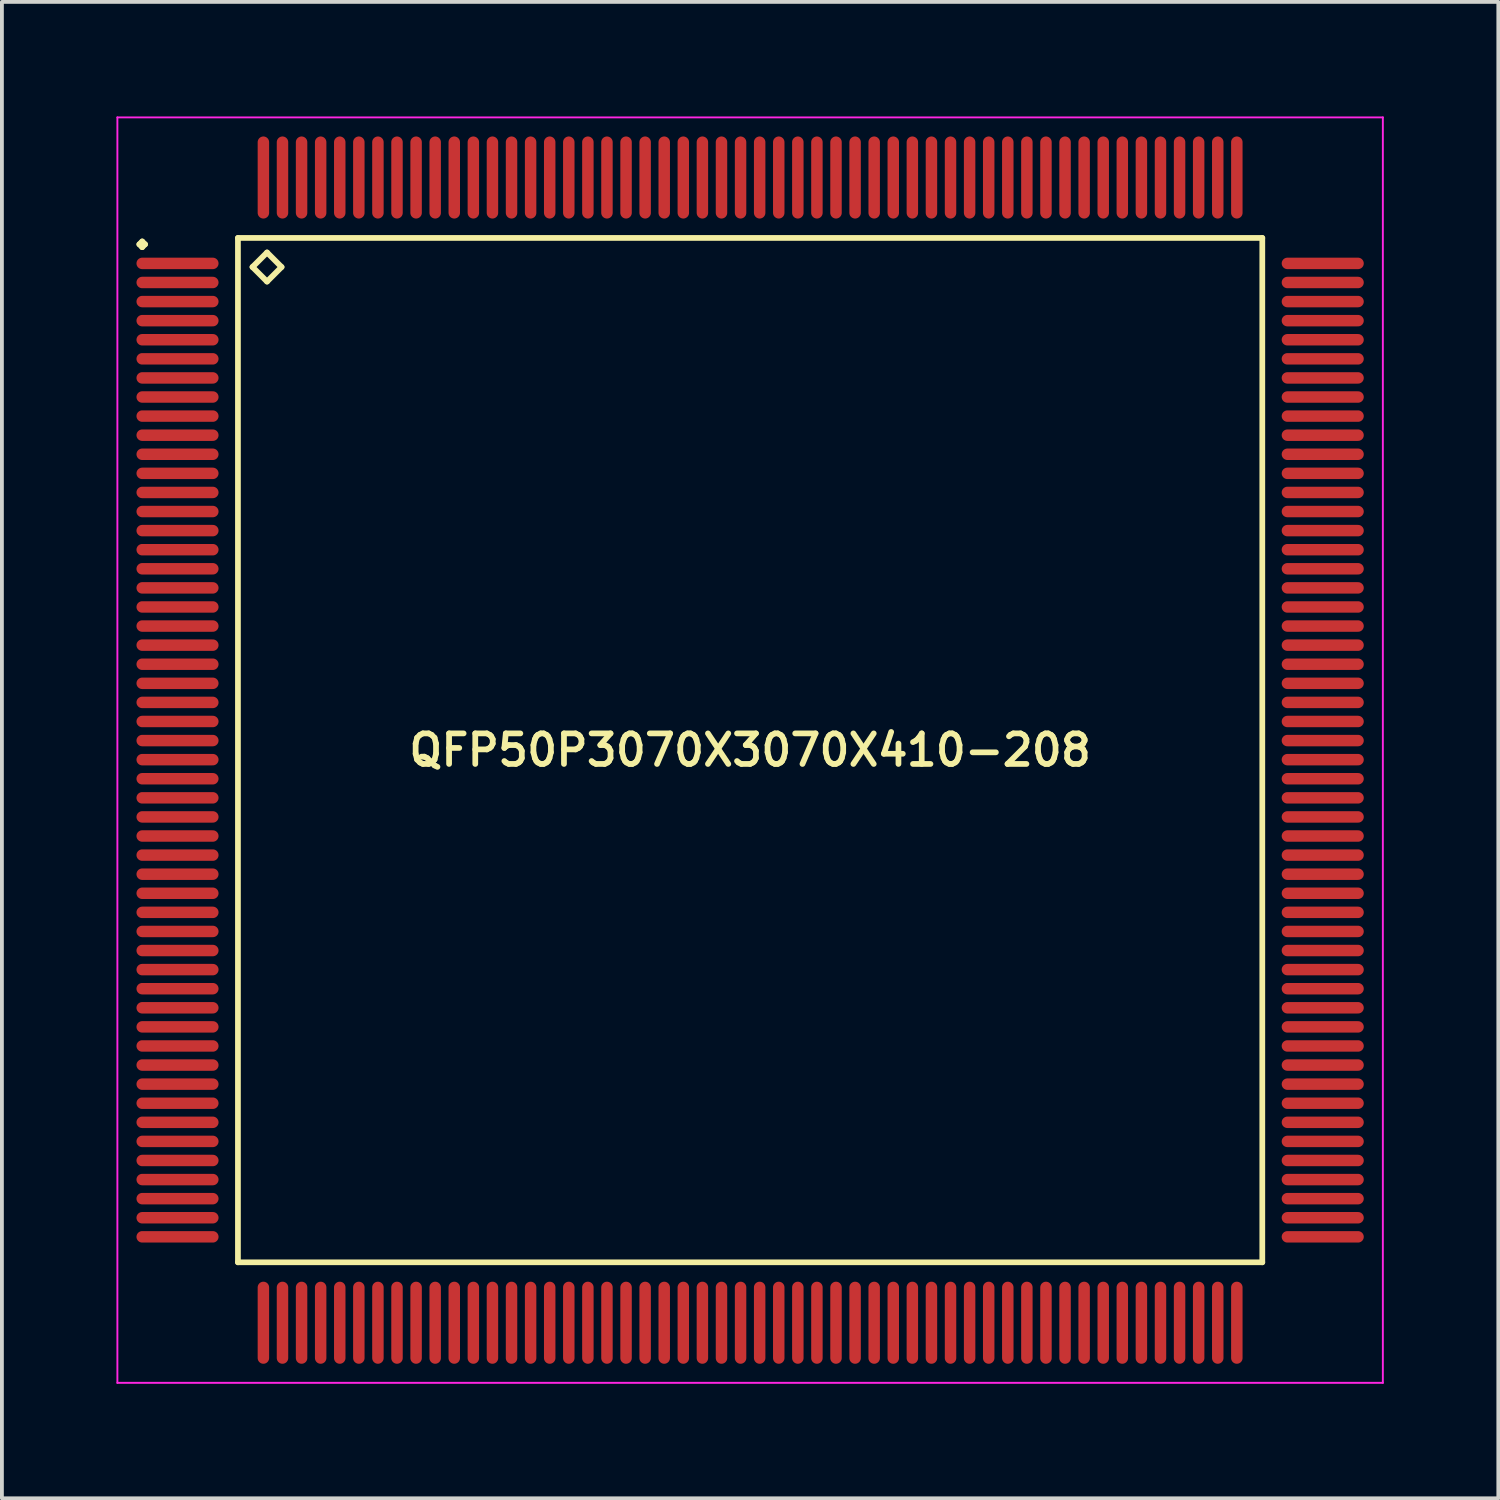
<source format=kicad_pcb>
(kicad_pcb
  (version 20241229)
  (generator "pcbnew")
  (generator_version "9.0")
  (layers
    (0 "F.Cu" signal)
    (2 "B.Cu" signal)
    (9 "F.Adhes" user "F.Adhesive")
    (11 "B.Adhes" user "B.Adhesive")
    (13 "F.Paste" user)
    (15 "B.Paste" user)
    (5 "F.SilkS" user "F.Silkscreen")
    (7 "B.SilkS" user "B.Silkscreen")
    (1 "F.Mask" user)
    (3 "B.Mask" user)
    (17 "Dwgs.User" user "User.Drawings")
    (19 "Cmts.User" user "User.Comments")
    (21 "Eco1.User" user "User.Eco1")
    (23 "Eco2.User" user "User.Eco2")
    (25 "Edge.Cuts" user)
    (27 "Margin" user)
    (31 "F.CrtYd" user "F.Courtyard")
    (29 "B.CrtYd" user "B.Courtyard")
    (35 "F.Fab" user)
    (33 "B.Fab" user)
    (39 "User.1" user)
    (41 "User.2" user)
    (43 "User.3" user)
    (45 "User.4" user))
  (footprint "QFP50P3070X3070X410-208"
    (layer "F.Cu")
    (at 16.6 16.6)
    (property "Reference" "QFP50P3070X3070X410-208" (at 0 0 0) (layer "F.SilkS") (effects (font (size 0.8 0.8) (thickness 0.15))))
    (attr smd)
    (fp_line (start -16 -13.25) (end -15.925 -13.325) (stroke (width 0.15) (type solid)) (layer "F.SilkS"))
    (fp_line (start -15.925 -13.325) (end -15.85 -13.25) (stroke (width 0.15) (type solid)) (layer "F.SilkS"))
    (fp_line (start -15.925 -13.175) (end -16 -13.25) (stroke (width 0.15) (type solid)) (layer "F.SilkS"))
    (fp_line (start -15.85 -13.25) (end -15.925 -13.175) (stroke (width 0.15) (type solid)) (layer "F.SilkS"))
    (fp_line (start -13.417 -13.417) (end -13.417 13.417) (stroke (width 0.15) (type solid)) (layer "F.SilkS"))
    (fp_line (start -13.417 13.417) (end 13.417 13.417) (stroke (width 0.15) (type solid)) (layer "F.SilkS"))
    (fp_line (start -13.036 -12.655) (end -12.655 -13.036) (stroke (width 0.15) (type solid)) (layer "F.SilkS"))
    (fp_line (start -12.655 -13.036) (end -12.274 -12.655) (stroke (width 0.15) (type solid)) (layer "F.SilkS"))
    (fp_line (start -12.655 -12.274) (end -13.036 -12.655) (stroke (width 0.15) (type solid)) (layer "F.SilkS"))
    (fp_line (start -12.274 -12.655) (end -12.655 -12.274) (stroke (width 0.15) (type solid)) (layer "F.SilkS"))
    (fp_line (start 13.417 -13.417) (end -13.417 -13.417) (stroke (width 0.15) (type solid)) (layer "F.SilkS"))
    (fp_line (start 13.417 13.417) (end 13.417 -13.417) (stroke (width 0.15) (type solid)) (layer "F.SilkS"))
    (fp_line (start -16.575 -16.575) (end 16.575 -16.575) (stroke (width 0.05) (type solid)) (layer "F.CrtYd"))
    (fp_line (start -16.575 16.575) (end -16.575 -16.575) (stroke (width 0.05) (type solid)) (layer "F.CrtYd"))
    (fp_line (start 16.575 -16.575) (end 16.575 16.575) (stroke (width 0.05) (type solid)) (layer "F.CrtYd"))
    (fp_line (start 16.575 16.575) (end -16.575 16.575) (stroke (width 0.05) (type solid)) (layer "F.CrtYd"))
    (pad "1" smd oval (at -15 -12.75) (size 2.15 0.3) (layers "F.Cu" "F.Mask" "F.Paste"))
    (pad "2" smd oval (at -15 -12.25) (size 2.15 0.3) (layers "F.Cu" "F.Mask" "F.Paste"))
    (pad "3" smd oval (at -15 -11.75) (size 2.15 0.3) (layers "F.Cu" "F.Mask" "F.Paste"))
    (pad "4" smd oval (at -15 -11.25) (size 2.15 0.3) (layers "F.Cu" "F.Mask" "F.Paste"))
    (pad "5" smd oval (at -15 -10.75) (size 2.15 0.3) (layers "F.Cu" "F.Mask" "F.Paste"))
    (pad "6" smd oval (at -15 -10.25) (size 2.15 0.3) (layers "F.Cu" "F.Mask" "F.Paste"))
    (pad "7" smd oval (at -15 -9.75) (size 2.15 0.3) (layers "F.Cu" "F.Mask" "F.Paste"))
    (pad "8" smd oval (at -15 -9.25) (size 2.15 0.3) (layers "F.Cu" "F.Mask" "F.Paste"))
    (pad "9" smd oval (at -15 -8.75) (size 2.15 0.3) (layers "F.Cu" "F.Mask" "F.Paste"))
    (pad "10" smd oval (at -15 -8.25) (size 2.15 0.3) (layers "F.Cu" "F.Mask" "F.Paste"))
    (pad "11" smd oval (at -15 -7.75) (size 2.15 0.3) (layers "F.Cu" "F.Mask" "F.Paste"))
    (pad "12" smd oval (at -15 -7.25) (size 2.15 0.3) (layers "F.Cu" "F.Mask" "F.Paste"))
    (pad "13" smd oval (at -15 -6.75) (size 2.15 0.3) (layers "F.Cu" "F.Mask" "F.Paste"))
    (pad "14" smd oval (at -15 -6.25) (size 2.15 0.3) (layers "F.Cu" "F.Mask" "F.Paste"))
    (pad "15" smd oval (at -15 -5.75) (size 2.15 0.3) (layers "F.Cu" "F.Mask" "F.Paste"))
    (pad "16" smd oval (at -15 -5.25) (size 2.15 0.3) (layers "F.Cu" "F.Mask" "F.Paste"))
    (pad "17" smd oval (at -15 -4.75) (size 2.15 0.3) (layers "F.Cu" "F.Mask" "F.Paste"))
    (pad "18" smd oval (at -15 -4.25) (size 2.15 0.3) (layers "F.Cu" "F.Mask" "F.Paste"))
    (pad "19" smd oval (at -15 -3.75) (size 2.15 0.3) (layers "F.Cu" "F.Mask" "F.Paste"))
    (pad "20" smd oval (at -15 -3.25) (size 2.15 0.3) (layers "F.Cu" "F.Mask" "F.Paste"))
    (pad "21" smd oval (at -15 -2.75) (size 2.15 0.3) (layers "F.Cu" "F.Mask" "F.Paste"))
    (pad "22" smd oval (at -15 -2.25) (size 2.15 0.3) (layers "F.Cu" "F.Mask" "F.Paste"))
    (pad "23" smd oval (at -15 -1.75) (size 2.15 0.3) (layers "F.Cu" "F.Mask" "F.Paste"))
    (pad "24" smd oval (at -15 -1.25) (size 2.15 0.3) (layers "F.Cu" "F.Mask" "F.Paste"))
    (pad "25" smd oval (at -15 -0.75) (size 2.15 0.3) (layers "F.Cu" "F.Mask" "F.Paste"))
    (pad "26" smd oval (at -15 -0.25) (size 2.15 0.3) (layers "F.Cu" "F.Mask" "F.Paste"))
    (pad "27" smd oval (at -15 0.25) (size 2.15 0.3) (layers "F.Cu" "F.Mask" "F.Paste"))
    (pad "28" smd oval (at -15 0.75) (size 2.15 0.3) (layers "F.Cu" "F.Mask" "F.Paste"))
    (pad "29" smd oval (at -15 1.25) (size 2.15 0.3) (layers "F.Cu" "F.Mask" "F.Paste"))
    (pad "30" smd oval (at -15 1.75) (size 2.15 0.3) (layers "F.Cu" "F.Mask" "F.Paste"))
    (pad "31" smd oval (at -15 2.25) (size 2.15 0.3) (layers "F.Cu" "F.Mask" "F.Paste"))
    (pad "32" smd oval (at -15 2.75) (size 2.15 0.3) (layers "F.Cu" "F.Mask" "F.Paste"))
    (pad "33" smd oval (at -15 3.25) (size 2.15 0.3) (layers "F.Cu" "F.Mask" "F.Paste"))
    (pad "34" smd oval (at -15 3.75) (size 2.15 0.3) (layers "F.Cu" "F.Mask" "F.Paste"))
    (pad "35" smd oval (at -15 4.25) (size 2.15 0.3) (layers "F.Cu" "F.Mask" "F.Paste"))
    (pad "36" smd oval (at -15 4.75) (size 2.15 0.3) (layers "F.Cu" "F.Mask" "F.Paste"))
    (pad "37" smd oval (at -15 5.25) (size 2.15 0.3) (layers "F.Cu" "F.Mask" "F.Paste"))
    (pad "38" smd oval (at -15 5.75) (size 2.15 0.3) (layers "F.Cu" "F.Mask" "F.Paste"))
    (pad "39" smd oval (at -15 6.25) (size 2.15 0.3) (layers "F.Cu" "F.Mask" "F.Paste"))
    (pad "40" smd oval (at -15 6.75) (size 2.15 0.3) (layers "F.Cu" "F.Mask" "F.Paste"))
    (pad "41" smd oval (at -15 7.25) (size 2.15 0.3) (layers "F.Cu" "F.Mask" "F.Paste"))
    (pad "42" smd oval (at -15 7.75) (size 2.15 0.3) (layers "F.Cu" "F.Mask" "F.Paste"))
    (pad "43" smd oval (at -15 8.25) (size 2.15 0.3) (layers "F.Cu" "F.Mask" "F.Paste"))
    (pad "44" smd oval (at -15 8.75) (size 2.15 0.3) (layers "F.Cu" "F.Mask" "F.Paste"))
    (pad "45" smd oval (at -15 9.25) (size 2.15 0.3) (layers "F.Cu" "F.Mask" "F.Paste"))
    (pad "46" smd oval (at -15 9.75) (size 2.15 0.3) (layers "F.Cu" "F.Mask" "F.Paste"))
    (pad "47" smd oval (at -15 10.25) (size 2.15 0.3) (layers "F.Cu" "F.Mask" "F.Paste"))
    (pad "48" smd oval (at -15 10.75) (size 2.15 0.3) (layers "F.Cu" "F.Mask" "F.Paste"))
    (pad "49" smd oval (at -15 11.25) (size 2.15 0.3) (layers "F.Cu" "F.Mask" "F.Paste"))
    (pad "50" smd oval (at -15 11.75) (size 2.15 0.3) (layers "F.Cu" "F.Mask" "F.Paste"))
    (pad "51" smd oval (at -15 12.25) (size 2.15 0.3) (layers "F.Cu" "F.Mask" "F.Paste"))
    (pad "52" smd oval (at -15 12.75) (size 2.15 0.3) (layers "F.Cu" "F.Mask" "F.Paste"))
    (pad "53" smd oval (at -12.75 15) (size 0.3 2.15) (layers "F.Cu" "F.Mask" "F.Paste"))
    (pad "54" smd oval (at -12.25 15) (size 0.3 2.15) (layers "F.Cu" "F.Mask" "F.Paste"))
    (pad "55" smd oval (at -11.75 15) (size 0.3 2.15) (layers "F.Cu" "F.Mask" "F.Paste"))
    (pad "56" smd oval (at -11.25 15) (size 0.3 2.15) (layers "F.Cu" "F.Mask" "F.Paste"))
    (pad "57" smd oval (at -10.75 15) (size 0.3 2.15) (layers "F.Cu" "F.Mask" "F.Paste"))
    (pad "58" smd oval (at -10.25 15) (size 0.3 2.15) (layers "F.Cu" "F.Mask" "F.Paste"))
    (pad "59" smd oval (at -9.75 15) (size 0.3 2.15) (layers "F.Cu" "F.Mask" "F.Paste"))
    (pad "60" smd oval (at -9.25 15) (size 0.3 2.15) (layers "F.Cu" "F.Mask" "F.Paste"))
    (pad "61" smd oval (at -8.75 15) (size 0.3 2.15) (layers "F.Cu" "F.Mask" "F.Paste"))
    (pad "62" smd oval (at -8.25 15) (size 0.3 2.15) (layers "F.Cu" "F.Mask" "F.Paste"))
    (pad "63" smd oval (at -7.75 15) (size 0.3 2.15) (layers "F.Cu" "F.Mask" "F.Paste"))
    (pad "64" smd oval (at -7.25 15) (size 0.3 2.15) (layers "F.Cu" "F.Mask" "F.Paste"))
    (pad "65" smd oval (at -6.75 15) (size 0.3 2.15) (layers "F.Cu" "F.Mask" "F.Paste"))
    (pad "66" smd oval (at -6.25 15) (size 0.3 2.15) (layers "F.Cu" "F.Mask" "F.Paste"))
    (pad "67" smd oval (at -5.75 15) (size 0.3 2.15) (layers "F.Cu" "F.Mask" "F.Paste"))
    (pad "68" smd oval (at -5.25 15) (size 0.3 2.15) (layers "F.Cu" "F.Mask" "F.Paste"))
    (pad "69" smd oval (at -4.75 15) (size 0.3 2.15) (layers "F.Cu" "F.Mask" "F.Paste"))
    (pad "70" smd oval (at -4.25 15) (size 0.3 2.15) (layers "F.Cu" "F.Mask" "F.Paste"))
    (pad "71" smd oval (at -3.75 15) (size 0.3 2.15) (layers "F.Cu" "F.Mask" "F.Paste"))
    (pad "72" smd oval (at -3.25 15) (size 0.3 2.15) (layers "F.Cu" "F.Mask" "F.Paste"))
    (pad "73" smd oval (at -2.75 15) (size 0.3 2.15) (layers "F.Cu" "F.Mask" "F.Paste"))
    (pad "74" smd oval (at -2.25 15) (size 0.3 2.15) (layers "F.Cu" "F.Mask" "F.Paste"))
    (pad "75" smd oval (at -1.75 15) (size 0.3 2.15) (layers "F.Cu" "F.Mask" "F.Paste"))
    (pad "76" smd oval (at -1.25 15) (size 0.3 2.15) (layers "F.Cu" "F.Mask" "F.Paste"))
    (pad "77" smd oval (at -0.75 15) (size 0.3 2.15) (layers "F.Cu" "F.Mask" "F.Paste"))
    (pad "78" smd oval (at -0.25 15) (size 0.3 2.15) (layers "F.Cu" "F.Mask" "F.Paste"))
    (pad "79" smd oval (at 0.25 15) (size 0.3 2.15) (layers "F.Cu" "F.Mask" "F.Paste"))
    (pad "80" smd oval (at 0.75 15) (size 0.3 2.15) (layers "F.Cu" "F.Mask" "F.Paste"))
    (pad "81" smd oval (at 1.25 15) (size 0.3 2.15) (layers "F.Cu" "F.Mask" "F.Paste"))
    (pad "82" smd oval (at 1.75 15) (size 0.3 2.15) (layers "F.Cu" "F.Mask" "F.Paste"))
    (pad "83" smd oval (at 2.25 15) (size 0.3 2.15) (layers "F.Cu" "F.Mask" "F.Paste"))
    (pad "84" smd oval (at 2.75 15) (size 0.3 2.15) (layers "F.Cu" "F.Mask" "F.Paste"))
    (pad "85" smd oval (at 3.25 15) (size 0.3 2.15) (layers "F.Cu" "F.Mask" "F.Paste"))
    (pad "86" smd oval (at 3.75 15) (size 0.3 2.15) (layers "F.Cu" "F.Mask" "F.Paste"))
    (pad "87" smd oval (at 4.25 15) (size 0.3 2.15) (layers "F.Cu" "F.Mask" "F.Paste"))
    (pad "88" smd oval (at 4.75 15) (size 0.3 2.15) (layers "F.Cu" "F.Mask" "F.Paste"))
    (pad "89" smd oval (at 5.25 15) (size 0.3 2.15) (layers "F.Cu" "F.Mask" "F.Paste"))
    (pad "90" smd oval (at 5.75 15) (size 0.3 2.15) (layers "F.Cu" "F.Mask" "F.Paste"))
    (pad "91" smd oval (at 6.25 15) (size 0.3 2.15) (layers "F.Cu" "F.Mask" "F.Paste"))
    (pad "92" smd oval (at 6.75 15) (size 0.3 2.15) (layers "F.Cu" "F.Mask" "F.Paste"))
    (pad "93" smd oval (at 7.25 15) (size 0.3 2.15) (layers "F.Cu" "F.Mask" "F.Paste"))
    (pad "94" smd oval (at 7.75 15) (size 0.3 2.15) (layers "F.Cu" "F.Mask" "F.Paste"))
    (pad "95" smd oval (at 8.25 15) (size 0.3 2.15) (layers "F.Cu" "F.Mask" "F.Paste"))
    (pad "96" smd oval (at 8.75 15) (size 0.3 2.15) (layers "F.Cu" "F.Mask" "F.Paste"))
    (pad "97" smd oval (at 9.25 15) (size 0.3 2.15) (layers "F.Cu" "F.Mask" "F.Paste"))
    (pad "98" smd oval (at 9.75 15) (size 0.3 2.15) (layers "F.Cu" "F.Mask" "F.Paste"))
    (pad "99" smd oval (at 10.25 15) (size 0.3 2.15) (layers "F.Cu" "F.Mask" "F.Paste"))
    (pad "100" smd oval (at 10.75 15) (size 0.3 2.15) (layers "F.Cu" "F.Mask" "F.Paste"))
    (pad "101" smd oval (at 11.25 15) (size 0.3 2.15) (layers "F.Cu" "F.Mask" "F.Paste"))
    (pad "102" smd oval (at 11.75 15) (size 0.3 2.15) (layers "F.Cu" "F.Mask" "F.Paste"))
    (pad "103" smd oval (at 12.25 15) (size 0.3 2.15) (layers "F.Cu" "F.Mask" "F.Paste"))
    (pad "104" smd oval (at 12.75 15) (size 0.3 2.15) (layers "F.Cu" "F.Mask" "F.Paste"))
    (pad "105" smd oval (at 15 12.75) (size 2.15 0.3) (layers "F.Cu" "F.Mask" "F.Paste"))
    (pad "106" smd oval (at 15 12.25) (size 2.15 0.3) (layers "F.Cu" "F.Mask" "F.Paste"))
    (pad "107" smd oval (at 15 11.75) (size 2.15 0.3) (layers "F.Cu" "F.Mask" "F.Paste"))
    (pad "108" smd oval (at 15 11.25) (size 2.15 0.3) (layers "F.Cu" "F.Mask" "F.Paste"))
    (pad "109" smd oval (at 15 10.75) (size 2.15 0.3) (layers "F.Cu" "F.Mask" "F.Paste"))
    (pad "110" smd oval (at 15 10.25) (size 2.15 0.3) (layers "F.Cu" "F.Mask" "F.Paste"))
    (pad "111" smd oval (at 15 9.75) (size 2.15 0.3) (layers "F.Cu" "F.Mask" "F.Paste"))
    (pad "112" smd oval (at 15 9.25) (size 2.15 0.3) (layers "F.Cu" "F.Mask" "F.Paste"))
    (pad "113" smd oval (at 15 8.75) (size 2.15 0.3) (layers "F.Cu" "F.Mask" "F.Paste"))
    (pad "114" smd oval (at 15 8.25) (size 2.15 0.3) (layers "F.Cu" "F.Mask" "F.Paste"))
    (pad "115" smd oval (at 15 7.75) (size 2.15 0.3) (layers "F.Cu" "F.Mask" "F.Paste"))
    (pad "116" smd oval (at 15 7.25) (size 2.15 0.3) (layers "F.Cu" "F.Mask" "F.Paste"))
    (pad "117" smd oval (at 15 6.75) (size 2.15 0.3) (layers "F.Cu" "F.Mask" "F.Paste"))
    (pad "118" smd oval (at 15 6.25) (size 2.15 0.3) (layers "F.Cu" "F.Mask" "F.Paste"))
    (pad "119" smd oval (at 15 5.75) (size 2.15 0.3) (layers "F.Cu" "F.Mask" "F.Paste"))
    (pad "120" smd oval (at 15 5.25) (size 2.15 0.3) (layers "F.Cu" "F.Mask" "F.Paste"))
    (pad "121" smd oval (at 15 4.75) (size 2.15 0.3) (layers "F.Cu" "F.Mask" "F.Paste"))
    (pad "122" smd oval (at 15 4.25) (size 2.15 0.3) (layers "F.Cu" "F.Mask" "F.Paste"))
    (pad "123" smd oval (at 15 3.75) (size 2.15 0.3) (layers "F.Cu" "F.Mask" "F.Paste"))
    (pad "124" smd oval (at 15 3.25) (size 2.15 0.3) (layers "F.Cu" "F.Mask" "F.Paste"))
    (pad "125" smd oval (at 15 2.75) (size 2.15 0.3) (layers "F.Cu" "F.Mask" "F.Paste"))
    (pad "126" smd oval (at 15 2.25) (size 2.15 0.3) (layers "F.Cu" "F.Mask" "F.Paste"))
    (pad "127" smd oval (at 15 1.75) (size 2.15 0.3) (layers "F.Cu" "F.Mask" "F.Paste"))
    (pad "128" smd oval (at 15 1.25) (size 2.15 0.3) (layers "F.Cu" "F.Mask" "F.Paste"))
    (pad "129" smd oval (at 15 0.75) (size 2.15 0.3) (layers "F.Cu" "F.Mask" "F.Paste"))
    (pad "130" smd oval (at 15 0.25) (size 2.15 0.3) (layers "F.Cu" "F.Mask" "F.Paste"))
    (pad "131" smd oval (at 15 -0.25) (size 2.15 0.3) (layers "F.Cu" "F.Mask" "F.Paste"))
    (pad "132" smd oval (at 15 -0.75) (size 2.15 0.3) (layers "F.Cu" "F.Mask" "F.Paste"))
    (pad "133" smd oval (at 15 -1.25) (size 2.15 0.3) (layers "F.Cu" "F.Mask" "F.Paste"))
    (pad "134" smd oval (at 15 -1.75) (size 2.15 0.3) (layers "F.Cu" "F.Mask" "F.Paste"))
    (pad "135" smd oval (at 15 -2.25) (size 2.15 0.3) (layers "F.Cu" "F.Mask" "F.Paste"))
    (pad "136" smd oval (at 15 -2.75) (size 2.15 0.3) (layers "F.Cu" "F.Mask" "F.Paste"))
    (pad "137" smd oval (at 15 -3.25) (size 2.15 0.3) (layers "F.Cu" "F.Mask" "F.Paste"))
    (pad "138" smd oval (at 15 -3.75) (size 2.15 0.3) (layers "F.Cu" "F.Mask" "F.Paste"))
    (pad "139" smd oval (at 15 -4.25) (size 2.15 0.3) (layers "F.Cu" "F.Mask" "F.Paste"))
    (pad "140" smd oval (at 15 -4.75) (size 2.15 0.3) (layers "F.Cu" "F.Mask" "F.Paste"))
    (pad "141" smd oval (at 15 -5.25) (size 2.15 0.3) (layers "F.Cu" "F.Mask" "F.Paste"))
    (pad "142" smd oval (at 15 -5.75) (size 2.15 0.3) (layers "F.Cu" "F.Mask" "F.Paste"))
    (pad "143" smd oval (at 15 -6.25) (size 2.15 0.3) (layers "F.Cu" "F.Mask" "F.Paste"))
    (pad "144" smd oval (at 15 -6.75) (size 2.15 0.3) (layers "F.Cu" "F.Mask" "F.Paste"))
    (pad "145" smd oval (at 15 -7.25) (size 2.15 0.3) (layers "F.Cu" "F.Mask" "F.Paste"))
    (pad "146" smd oval (at 15 -7.75) (size 2.15 0.3) (layers "F.Cu" "F.Mask" "F.Paste"))
    (pad "147" smd oval (at 15 -8.25) (size 2.15 0.3) (layers "F.Cu" "F.Mask" "F.Paste"))
    (pad "148" smd oval (at 15 -8.75) (size 2.15 0.3) (layers "F.Cu" "F.Mask" "F.Paste"))
    (pad "149" smd oval (at 15 -9.25) (size 2.15 0.3) (layers "F.Cu" "F.Mask" "F.Paste"))
    (pad "150" smd oval (at 15 -9.75) (size 2.15 0.3) (layers "F.Cu" "F.Mask" "F.Paste"))
    (pad "151" smd oval (at 15 -10.25) (size 2.15 0.3) (layers "F.Cu" "F.Mask" "F.Paste"))
    (pad "152" smd oval (at 15 -10.75) (size 2.15 0.3) (layers "F.Cu" "F.Mask" "F.Paste"))
    (pad "153" smd oval (at 15 -11.25) (size 2.15 0.3) (layers "F.Cu" "F.Mask" "F.Paste"))
    (pad "154" smd oval (at 15 -11.75) (size 2.15 0.3) (layers "F.Cu" "F.Mask" "F.Paste"))
    (pad "155" smd oval (at 15 -12.25) (size 2.15 0.3) (layers "F.Cu" "F.Mask" "F.Paste"))
    (pad "156" smd oval (at 15 -12.75) (size 2.15 0.3) (layers "F.Cu" "F.Mask" "F.Paste"))
    (pad "157" smd oval (at 12.75 -15) (size 0.3 2.15) (layers "F.Cu" "F.Mask" "F.Paste"))
    (pad "158" smd oval (at 12.25 -15) (size 0.3 2.15) (layers "F.Cu" "F.Mask" "F.Paste"))
    (pad "159" smd oval (at 11.75 -15) (size 0.3 2.15) (layers "F.Cu" "F.Mask" "F.Paste"))
    (pad "160" smd oval (at 11.25 -15) (size 0.3 2.15) (layers "F.Cu" "F.Mask" "F.Paste"))
    (pad "161" smd oval (at 10.75 -15) (size 0.3 2.15) (layers "F.Cu" "F.Mask" "F.Paste"))
    (pad "162" smd oval (at 10.25 -15) (size 0.3 2.15) (layers "F.Cu" "F.Mask" "F.Paste"))
    (pad "163" smd oval (at 9.75 -15) (size 0.3 2.15) (layers "F.Cu" "F.Mask" "F.Paste"))
    (pad "164" smd oval (at 9.25 -15) (size 0.3 2.15) (layers "F.Cu" "F.Mask" "F.Paste"))
    (pad "165" smd oval (at 8.75 -15) (size 0.3 2.15) (layers "F.Cu" "F.Mask" "F.Paste"))
    (pad "166" smd oval (at 8.25 -15) (size 0.3 2.15) (layers "F.Cu" "F.Mask" "F.Paste"))
    (pad "167" smd oval (at 7.75 -15) (size 0.3 2.15) (layers "F.Cu" "F.Mask" "F.Paste"))
    (pad "168" smd oval (at 7.25 -15) (size 0.3 2.15) (layers "F.Cu" "F.Mask" "F.Paste"))
    (pad "169" smd oval (at 6.75 -15) (size 0.3 2.15) (layers "F.Cu" "F.Mask" "F.Paste"))
    (pad "170" smd oval (at 6.25 -15) (size 0.3 2.15) (layers "F.Cu" "F.Mask" "F.Paste"))
    (pad "171" smd oval (at 5.75 -15) (size 0.3 2.15) (layers "F.Cu" "F.Mask" "F.Paste"))
    (pad "172" smd oval (at 5.25 -15) (size 0.3 2.15) (layers "F.Cu" "F.Mask" "F.Paste"))
    (pad "173" smd oval (at 4.75 -15) (size 0.3 2.15) (layers "F.Cu" "F.Mask" "F.Paste"))
    (pad "174" smd oval (at 4.25 -15) (size 0.3 2.15) (layers "F.Cu" "F.Mask" "F.Paste"))
    (pad "175" smd oval (at 3.75 -15) (size 0.3 2.15) (layers "F.Cu" "F.Mask" "F.Paste"))
    (pad "176" smd oval (at 3.25 -15) (size 0.3 2.15) (layers "F.Cu" "F.Mask" "F.Paste"))
    (pad "177" smd oval (at 2.75 -15) (size 0.3 2.15) (layers "F.Cu" "F.Mask" "F.Paste"))
    (pad "178" smd oval (at 2.25 -15) (size 0.3 2.15) (layers "F.Cu" "F.Mask" "F.Paste"))
    (pad "179" smd oval (at 1.75 -15) (size 0.3 2.15) (layers "F.Cu" "F.Mask" "F.Paste"))
    (pad "180" smd oval (at 1.25 -15) (size 0.3 2.15) (layers "F.Cu" "F.Mask" "F.Paste"))
    (pad "181" smd oval (at 0.75 -15) (size 0.3 2.15) (layers "F.Cu" "F.Mask" "F.Paste"))
    (pad "182" smd oval (at 0.25 -15) (size 0.3 2.15) (layers "F.Cu" "F.Mask" "F.Paste"))
    (pad "183" smd oval (at -0.25 -15) (size 0.3 2.15) (layers "F.Cu" "F.Mask" "F.Paste"))
    (pad "184" smd oval (at -0.75 -15) (size 0.3 2.15) (layers "F.Cu" "F.Mask" "F.Paste"))
    (pad "185" smd oval (at -1.25 -15) (size 0.3 2.15) (layers "F.Cu" "F.Mask" "F.Paste"))
    (pad "186" smd oval (at -1.75 -15) (size 0.3 2.15) (layers "F.Cu" "F.Mask" "F.Paste"))
    (pad "187" smd oval (at -2.25 -15) (size 0.3 2.15) (layers "F.Cu" "F.Mask" "F.Paste"))
    (pad "188" smd oval (at -2.75 -15) (size 0.3 2.15) (layers "F.Cu" "F.Mask" "F.Paste"))
    (pad "189" smd oval (at -3.25 -15) (size 0.3 2.15) (layers "F.Cu" "F.Mask" "F.Paste"))
    (pad "190" smd oval (at -3.75 -15) (size 0.3 2.15) (layers "F.Cu" "F.Mask" "F.Paste"))
    (pad "191" smd oval (at -4.25 -15) (size 0.3 2.15) (layers "F.Cu" "F.Mask" "F.Paste"))
    (pad "192" smd oval (at -4.75 -15) (size 0.3 2.15) (layers "F.Cu" "F.Mask" "F.Paste"))
    (pad "193" smd oval (at -5.25 -15) (size 0.3 2.15) (layers "F.Cu" "F.Mask" "F.Paste"))
    (pad "194" smd oval (at -5.75 -15) (size 0.3 2.15) (layers "F.Cu" "F.Mask" "F.Paste"))
    (pad "195" smd oval (at -6.25 -15) (size 0.3 2.15) (layers "F.Cu" "F.Mask" "F.Paste"))
    (pad "196" smd oval (at -6.75 -15) (size 0.3 2.15) (layers "F.Cu" "F.Mask" "F.Paste"))
    (pad "197" smd oval (at -7.25 -15) (size 0.3 2.15) (layers "F.Cu" "F.Mask" "F.Paste"))
    (pad "198" smd oval (at -7.75 -15) (size 0.3 2.15) (layers "F.Cu" "F.Mask" "F.Paste"))
    (pad "199" smd oval (at -8.25 -15) (size 0.3 2.15) (layers "F.Cu" "F.Mask" "F.Paste"))
    (pad "200" smd oval (at -8.75 -15) (size 0.3 2.15) (layers "F.Cu" "F.Mask" "F.Paste"))
    (pad "201" smd oval (at -9.25 -15) (size 0.3 2.15) (layers "F.Cu" "F.Mask" "F.Paste"))
    (pad "202" smd oval (at -9.75 -15) (size 0.3 2.15) (layers "F.Cu" "F.Mask" "F.Paste"))
    (pad "203" smd oval (at -10.25 -15) (size 0.3 2.15) (layers "F.Cu" "F.Mask" "F.Paste"))
    (pad "204" smd oval (at -10.75 -15) (size 0.3 2.15) (layers "F.Cu" "F.Mask" "F.Paste"))
    (pad "205" smd oval (at -11.25 -15) (size 0.3 2.15) (layers "F.Cu" "F.Mask" "F.Paste"))
    (pad "206" smd oval (at -11.75 -15) (size 0.3 2.15) (layers "F.Cu" "F.Mask" "F.Paste"))
    (pad "207" smd oval (at -12.25 -15) (size 0.3 2.15) (layers "F.Cu" "F.Mask" "F.Paste"))
    (pad "208" smd oval (at -12.75 -15) (size 0.3 2.15) (layers "F.Cu" "F.Mask" "F.Paste")))
  (gr_rect
    (start -3 -3)
    (end 36.2 36.2)
    (stroke (width 0.1) (type default))
    (fill no)
    (layer "Edge.Cuts")))
</source>
